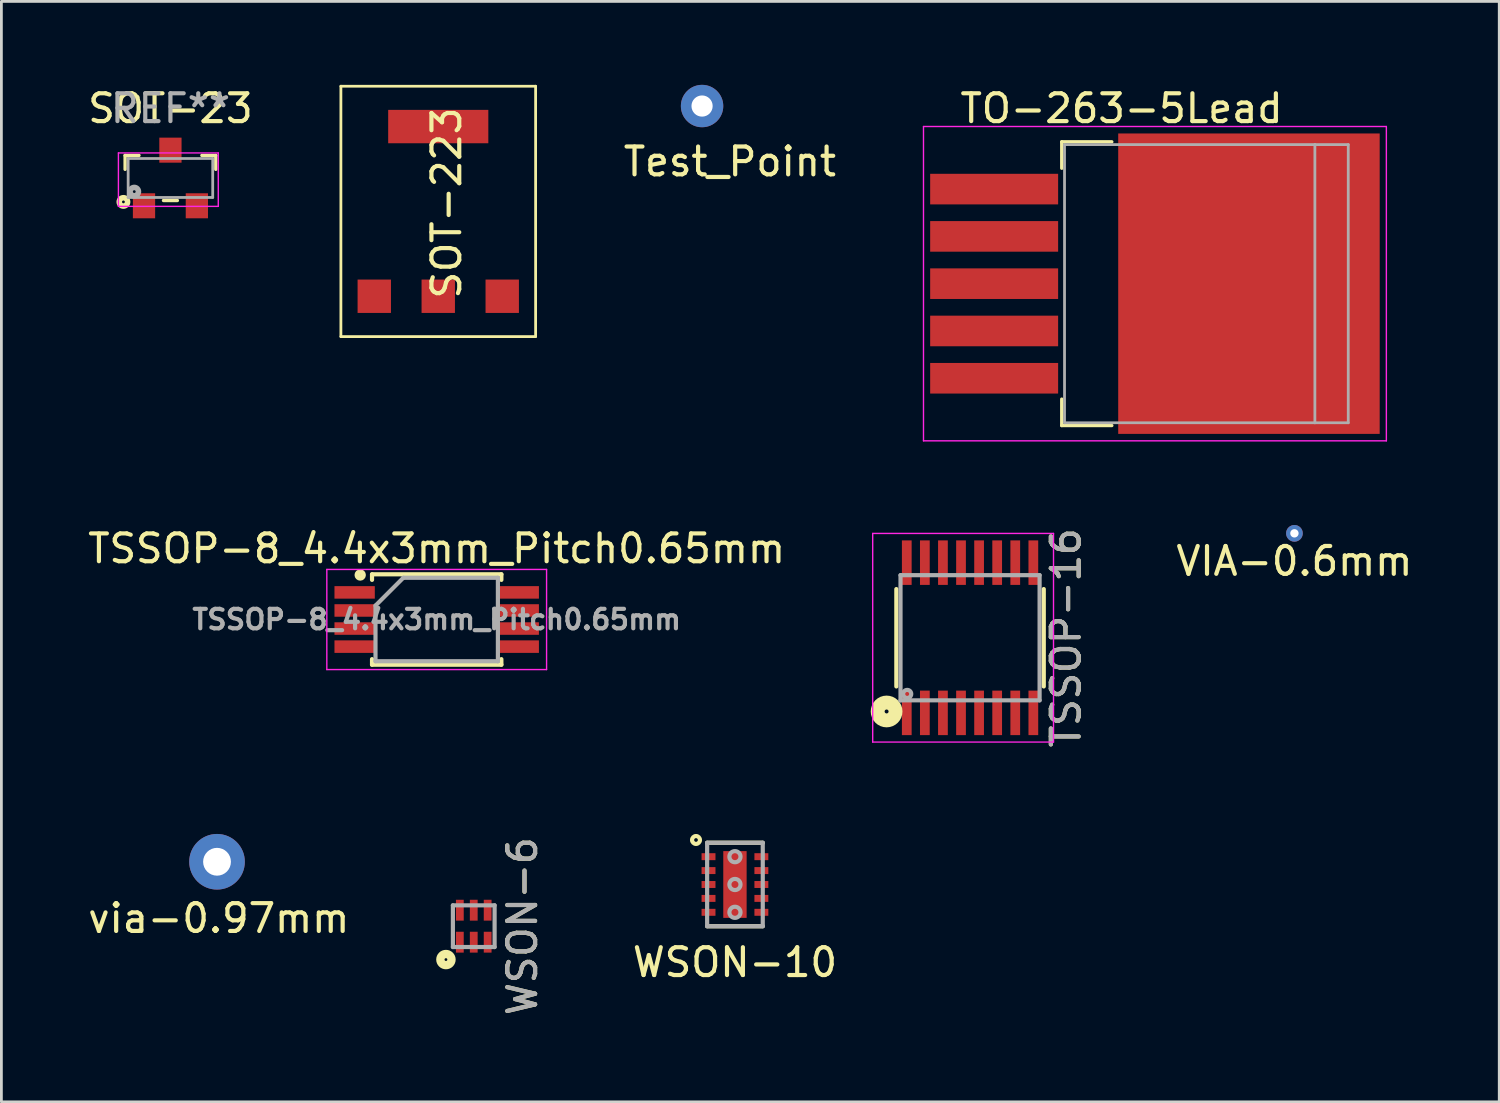
<source format=kicad_pcb>
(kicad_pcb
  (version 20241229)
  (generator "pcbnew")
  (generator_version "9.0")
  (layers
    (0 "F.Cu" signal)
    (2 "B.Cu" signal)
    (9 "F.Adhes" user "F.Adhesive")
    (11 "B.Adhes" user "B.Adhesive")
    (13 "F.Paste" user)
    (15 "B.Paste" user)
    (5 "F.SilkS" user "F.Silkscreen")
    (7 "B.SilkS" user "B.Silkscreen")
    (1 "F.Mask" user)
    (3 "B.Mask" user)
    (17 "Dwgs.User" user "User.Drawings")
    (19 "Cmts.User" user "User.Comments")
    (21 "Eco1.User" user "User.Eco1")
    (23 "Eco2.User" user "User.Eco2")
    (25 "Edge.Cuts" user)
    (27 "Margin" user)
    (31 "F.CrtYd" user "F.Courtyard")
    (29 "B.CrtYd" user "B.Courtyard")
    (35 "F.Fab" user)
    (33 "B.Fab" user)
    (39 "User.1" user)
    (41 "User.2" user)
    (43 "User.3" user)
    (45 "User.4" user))
  (footprint "SOT-223"
    (layer "F.Cu")
    (at 12.705 4.55)
    (property "Reference" "SOT-223" (at 0.3 -0.3 90) (layer "F.SilkS") (effects (font (size 1 1) (thickness 0.15))))
    (attr through_hole)
    (fp_line (start -3.5 -4.5) (end 3.5 -4.5) (stroke (width 0.1) (type solid)) (layer "F.SilkS"))
    (fp_line (start -3.5 4.5) (end -3.5 -4.5) (stroke (width 0.1) (type solid)) (layer "F.SilkS"))
    (fp_line (start 3.5 -4.5) (end 3.5 4.5) (stroke (width 0.1) (type solid)) (layer "F.SilkS"))
    (fp_line (start 3.5 4.5) (end -3.5 4.5) (stroke (width 0.1) (type solid)) (layer "F.SilkS"))
    (pad "1" smd rect (at -2.3 3.05) (size 1.2 1.2) (layers "F.Cu" "F.Mask" "F.Paste"))
    (pad "2" smd rect (at 0 3.05) (size 1.2 1.2) (layers "F.Cu" "F.Mask" "F.Paste"))
    (pad "3" smd rect (at 2.3 3.05) (size 1.2 1.2) (layers "F.Cu" "F.Mask" "F.Paste"))
    (pad "4" smd rect (at 0 -3.05) (size 3.6 1.2) (layers "F.Cu" "F.Mask" "F.Paste")))
  (footprint "WSON-6"
    (layer "F.Cu")
    (at 13.981 30.246)
    (property "Reference" "WSON-6" (at 1.75 0 90) (layer "F.SilkS") (effects (font (size 1 1) (thickness 0.15))))
    (attr through_hole)
    (fp_circle (center -1 1.2) (end -1 1.4) (stroke (width 0.3) (type solid)) (fill no) (layer "F.SilkS"))
    (fp_line (start -0.75 -0.75) (end -0.75 0.75) (stroke (width 0.15) (type solid)) (layer "F.Fab"))
    (fp_line (start -0.75 -0.75) (end 0.75 -0.75) (stroke (width 0.15) (type solid)) (layer "F.Fab"))
    (fp_line (start -0.75 0.75) (end 0.75 0.75) (stroke (width 0.15) (type solid)) (layer "F.Fab"))
    (fp_line (start 0.75 -0.75) (end 0.75 0.75) (stroke (width 0.15) (type solid)) (layer "F.Fab"))
    (fp_text user "${REFERENCE}" (at 1.75 0 90) (layer "F.Fab") (effects (font (size 1 1) (thickness 0.15))))
    (pad "1" smd rect (at -0.5 0.575) (size 0.28 0.75) (layers "F.Cu" "F.Mask" "F.Paste"))
    (pad "2" smd rect (at 0 0.575) (size 0.28 0.75) (layers "F.Cu" "F.Mask" "F.Paste"))
    (pad "3" smd rect (at 0.5 0.575) (size 0.28 0.75) (layers "F.Cu" "F.Mask" "F.Paste"))
    (pad "4" smd rect (at 0.5 -0.575) (size 0.28 0.75) (layers "F.Cu" "F.Mask" "F.Paste"))
    (pad "5" smd rect (at 0 -0.575) (size 0.28 0.75) (layers "F.Cu" "F.Mask" "F.Paste"))
    (pad "6" smd rect (at -0.5 -0.575) (size 0.28 0.75) (layers "F.Cu" "F.Mask" "F.Paste")))
  (footprint "Test_Point"
    (layer "F.Cu")
    (at 22.189 0.762)
    (property "Reference" "Test_Point" (at 1 2 0) (layer "F.SilkS") (effects (font (size 1 1) (thickness 0.15))))
    (attr through_hole)
    (pad "1" thru_hole circle (at 0 0) (size 1.524 1.524) (drill 0.762) (layers "*.Cu" "*.Mask")))
  (footprint "VIA-0.6mm"
    (layer "F.Cu")
    (at 43.484 16.123)
    (property "Reference" "VIA-0.6mm" (at 0 1 0) (layer "F.SilkS") (effects (font (size 1 1) (thickness 0.15))))
    (attr through_hole)
    (pad "1" thru_hole circle (at 0 0) (size 0.6 0.6) (drill 0.3) (layers "*.Cu")))
  (footprint "TSSOP-8_4.4x3mm_Pitch0.65mm"
    (layer "F.Cu")
    (at 12.649 19.221)
    (property "Reference" "TSSOP-8_4.4x3mm_Pitch0.65mm" (at 0 -2.55 0) (layer "F.SilkS") (effects (font (size 1 1) (thickness 0.15))))
    (attr smd)
    (fp_line (start -2.325 -1.625) (end -2.325 -1.425) (stroke (width 0.15) (type solid)) (layer "F.SilkS"))
    (fp_line (start -2.325 -1.625) (end 2.325 -1.625) (stroke (width 0.15) (type solid)) (layer "F.SilkS"))
    (fp_line (start -2.325 1.625) (end -2.325 1.425) (stroke (width 0.15) (type solid)) (layer "F.SilkS"))
    (fp_line (start -2.325 1.625) (end 2.325 1.625) (stroke (width 0.15) (type solid)) (layer "F.SilkS"))
    (fp_line (start 2.325 -1.625) (end 2.325 -1.425) (stroke (width 0.15) (type solid)) (layer "F.SilkS"))
    (fp_line (start 2.325 1.625) (end 2.325 1.425) (stroke (width 0.15) (type solid)) (layer "F.SilkS"))
    (fp_circle (center -2.75 -1.6) (end -2.65 -1.63) (stroke (width 0.2) (type solid)) (fill no) (layer "F.SilkS"))
    (fp_line (start -3.95 -1.8) (end -3.95 1.8) (stroke (width 0.05) (type solid)) (layer "F.CrtYd"))
    (fp_line (start -3.95 -1.8) (end 3.95 -1.8) (stroke (width 0.05) (type solid)) (layer "F.CrtYd"))
    (fp_line (start -3.95 1.8) (end 3.95 1.8) (stroke (width 0.05) (type solid)) (layer "F.CrtYd"))
    (fp_line (start 3.95 -1.8) (end 3.95 1.8) (stroke (width 0.05) (type solid)) (layer "F.CrtYd"))
    (fp_line (start -2.2 -0.5) (end -1.2 -1.5) (stroke (width 0.15) (type solid)) (layer "F.Fab"))
    (fp_line (start -2.2 1.5) (end -2.2 -0.5) (stroke (width 0.15) (type solid)) (layer "F.Fab"))
    (fp_line (start -1.2 -1.5) (end 2.2 -1.5) (stroke (width 0.15) (type solid)) (layer "F.Fab"))
    (fp_line (start 2.2 -1.5) (end 2.2 1.5) (stroke (width 0.15) (type solid)) (layer "F.Fab"))
    (fp_line (start 2.2 1.5) (end -2.2 1.5) (stroke (width 0.15) (type solid)) (layer "F.Fab"))
    (fp_text user "${REFERENCE}" (at 0 0 0) (layer "F.Fab") (effects (font (size 0.7 0.7) (thickness 0.15))))
    (pad "1" smd rect (at -2.95 -0.975) (size 1.45 0.45) (layers "F.Cu" "F.Mask" "F.Paste"))
    (pad "2" smd rect (at -2.95 -0.325) (size 1.45 0.45) (layers "F.Cu" "F.Mask" "F.Paste"))
    (pad "3" smd rect (at -2.95 0.325) (size 1.45 0.45) (layers "F.Cu" "F.Mask" "F.Paste"))
    (pad "4" smd rect (at -2.95 0.975) (size 1.45 0.45) (layers "F.Cu" "F.Mask" "F.Paste"))
    (pad "5" smd rect (at 2.95 0.975) (size 1.45 0.45) (layers "F.Cu" "F.Mask" "F.Paste"))
    (pad "6" smd rect (at 2.95 0.325) (size 1.45 0.45) (layers "F.Cu" "F.Mask" "F.Paste"))
    (pad "7" smd rect (at 2.95 -0.325) (size 1.45 0.45) (layers "F.Cu" "F.Mask" "F.Paste"))
    (pad "8" smd rect (at 2.95 -0.975) (size 1.45 0.45) (layers "F.Cu" "F.Mask" "F.Paste")))
  (footprint "SOT-23"
    (layer "F.Cu")
    (at 3.077 3.348)
    (property "Reference" "SOT-23" (at 0 -2.5 0) (layer "F.SilkS") (effects (font (size 1 1) (thickness 0.15))))
    (attr through_hole)
    (fp_line (start -1.63 -0.81) (end -1.63 -0.31) (stroke (width 0.12) (type solid)) (layer "F.SilkS"))
    (fp_line (start -1.13 -0.81) (end -1.63 -0.81) (stroke (width 0.12) (type solid)) (layer "F.SilkS"))
    (fp_line (start -0.25 0.81) (end 0.25 0.81) (stroke (width 0.12) (type solid)) (layer "F.SilkS"))
    (fp_line (start 1.63 -0.81) (end 1.13 -0.81) (stroke (width 0.12) (type solid)) (layer "F.SilkS"))
    (fp_line (start 1.63 -0.31) (end 1.63 -0.81) (stroke (width 0.12) (type solid)) (layer "F.SilkS"))
    (fp_circle (center -1.69 0.86) (end -1.64 0.86) (stroke (width 0.2) (type solid)) (fill no) (layer "F.SilkS"))
    (fp_line (start -1.87 -0.9) (end 1.72 -0.9) (stroke (width 0.05) (type solid)) (layer "F.CrtYd"))
    (fp_line (start -1.87 1.02) (end -1.87 -0.9) (stroke (width 0.05) (type solid)) (layer "F.CrtYd"))
    (fp_line (start 1.72 -0.9) (end 1.72 1.02) (stroke (width 0.05) (type solid)) (layer "F.CrtYd"))
    (fp_line (start 1.72 1.02) (end -1.87 1.02) (stroke (width 0.05) (type solid)) (layer "F.CrtYd"))
    (fp_line (start -1.52 -0.7) (end 1.52 -0.7) (stroke (width 0.1) (type solid)) (layer "F.Fab"))
    (fp_line (start -1.52 0.7) (end -1.52 -0.7) (stroke (width 0.1) (type solid)) (layer "F.Fab"))
    (fp_line (start 1.52 -0.7) (end 1.52 0.7) (stroke (width 0.1) (type solid)) (layer "F.Fab"))
    (fp_line (start 1.52 0.7) (end -1.52 0.7) (stroke (width 0.1) (type solid)) (layer "F.Fab"))
    (fp_circle (center -1.3 0.49) (end -1.25 0.49) (stroke (width 0.2) (type solid)) (fill no) (layer "F.Fab"))
    (fp_text user "REF**" (at 0 -2.5 0) (layer "F.Fab") (effects (font (size 1 1) (thickness 0.15))))
    (pad "1" smd rect (at -0.95 1) (size 0.8 0.9) (layers "F.Cu" "F.Mask" "F.Paste"))
    (pad "2" smd rect (at 0.95 1) (size 0.8 0.9) (layers "F.Cu" "F.Mask" "F.Paste"))
    (pad "3" smd rect (at 0 -1) (size 0.8 0.9) (layers "F.Cu" "F.Mask" "F.Paste")))
  (footprint "TSSOP-16"
    (layer "F.Cu")
    (at 31.823 19.877)
    (property "Reference" "TSSOP-16" (at 3.45 0 90) (layer "F.SilkS") (effects (font (size 1 1) (thickness 0.15))))
    (attr through_hole)
    (fp_line (start -2.65 -1.75) (end -2.65 1.75) (stroke (width 0.15) (type solid)) (layer "F.SilkS"))
    (fp_line (start 2.65 -1.75) (end 2.65 1.75) (stroke (width 0.15) (type solid)) (layer "F.SilkS"))
    (fp_circle (center -3 2.65) (end -2.95 2.7) (stroke (width 0.5) (type solid)) (fill no) (layer "F.SilkS"))
    (fp_line (start -3.5 -3.75) (end 3 -3.75) (stroke (width 0.05) (type solid)) (layer "F.CrtYd"))
    (fp_line (start -3.5 3.75) (end -3.5 -3.75) (stroke (width 0.05) (type solid)) (layer "F.CrtYd"))
    (fp_line (start 3 -3.75) (end 3 3.75) (stroke (width 0.05) (type solid)) (layer "F.CrtYd"))
    (fp_line (start 3 3.75) (end -3.5 3.75) (stroke (width 0.05) (type solid)) (layer "F.CrtYd"))
    (fp_line (start -2.5 -2.25) (end -2.5 2.25) (stroke (width 0.15) (type solid)) (layer "F.Fab"))
    (fp_line (start -2.5 2.25) (end 2.5 2.25) (stroke (width 0.15) (type solid)) (layer "F.Fab"))
    (fp_line (start 2.5 -2.25) (end -2.5 -2.25) (stroke (width 0.15) (type solid)) (layer "F.Fab"))
    (fp_line (start 2.5 2.25) (end 2.5 -2.25) (stroke (width 0.15) (type solid)) (layer "F.Fab"))
    (fp_circle (center -2.26 2.02) (end -2.21 2.07) (stroke (width 0.15) (type solid)) (fill no) (layer "F.Fab"))
    (fp_text user "${REFERENCE}" (at 3.45 0 90) (layer "F.Fab") (effects (font (size 1 1) (thickness 0.15))))
    (pad "1" smd rect (at -2.275 2.7) (size 0.35 1.6) (layers "F.Cu" "F.Mask" "F.Paste"))
    (pad "2" smd rect (at -1.625 2.7) (size 0.35 1.6) (layers "F.Cu" "F.Mask" "F.Paste"))
    (pad "3" smd rect (at -0.975 2.7) (size 0.35 1.6) (layers "F.Cu" "F.Mask" "F.Paste"))
    (pad "4" smd rect (at -0.325 2.7) (size 0.35 1.6) (layers "F.Cu" "F.Mask" "F.Paste"))
    (pad "5" smd rect (at 0.325 2.7) (size 0.35 1.6) (layers "F.Cu" "F.Mask" "F.Paste"))
    (pad "6" smd rect (at 0.975 2.7) (size 0.35 1.6) (layers "F.Cu" "F.Mask" "F.Paste"))
    (pad "7" smd rect (at 1.625 2.7) (size 0.35 1.6) (layers "F.Cu" "F.Mask" "F.Paste"))
    (pad "8" smd rect (at 2.275 2.7) (size 0.35 1.6) (layers "F.Cu" "F.Mask" "F.Paste"))
    (pad "9" smd rect (at 2.275 -2.7) (size 0.35 1.6) (layers "F.Cu" "F.Mask" "F.Paste"))
    (pad "10" smd rect (at 1.625 -2.7) (size 0.35 1.6) (layers "F.Cu" "F.Mask" "F.Paste"))
    (pad "11" smd rect (at 0.975 -2.7) (size 0.35 1.6) (layers "F.Cu" "F.Mask" "F.Paste"))
    (pad "12" smd rect (at 0.325 -2.7) (size 0.35 1.6) (layers "F.Cu" "F.Mask" "F.Paste"))
    (pad "13" smd rect (at -0.325 -2.7) (size 0.35 1.6) (layers "F.Cu" "F.Mask" "F.Paste"))
    (pad "14" smd rect (at -0.975 -2.7) (size 0.35 1.6) (layers "F.Cu" "F.Mask" "F.Paste"))
    (pad "15" smd rect (at -1.625 -2.7) (size 0.35 1.6) (layers "F.Cu" "F.Mask" "F.Paste"))
    (pad "16" smd rect (at -2.275 -2.7) (size 0.35 1.6) (layers "F.Cu" "F.Mask" "F.Paste")))
  (footprint "TO-263-5Lead"
    (layer "F.Cu")
    (at 37.269 7.148)
    (property "Reference" "TO-263-5Lead" (at 0 -6.3 180) (layer "F.SilkS") (effects (font (size 1 1) (thickness 0.15))))
    (attr smd)
    (fp_line (start -2.15 -5.1) (end -2.15 -4.15) (stroke (width 0.12) (type solid)) (layer "F.SilkS"))
    (fp_line (start -2.15 5.1) (end -2.15 4.15) (stroke (width 0.12) (type solid)) (layer "F.SilkS"))
    (fp_line (start -2.15 5.1) (end -0.35 5.1) (stroke (width 0.12) (type solid)) (layer "F.SilkS"))
    (fp_line (start -0.35 -5.1) (end -2.15 -5.1) (stroke (width 0.12) (type solid)) (layer "F.SilkS"))
    (fp_line (start -7.12 -5.65) (end -7.12 5.65) (stroke (width 0.05) (type solid)) (layer "F.CrtYd"))
    (fp_line (start 9.52 -5.65) (end -7.12 -5.65) (stroke (width 0.05) (type solid)) (layer "F.CrtYd"))
    (fp_line (start 9.52 -5.65) (end 9.52 5.65) (stroke (width 0.05) (type solid)) (layer "F.CrtYd"))
    (fp_line (start 9.52 5.65) (end -7.12 5.65) (stroke (width 0.05) (type solid)) (layer "F.CrtYd"))
    (fp_line (start -2.05 -5) (end -2.05 5) (stroke (width 0.1) (type solid)) (layer "F.Fab"))
    (fp_line (start -2.05 5) (end 6.95 5) (stroke (width 0.1) (type solid)) (layer "F.Fab"))
    (fp_line (start 6.95 -5) (end -2.05 -5) (stroke (width 0.1) (type solid)) (layer "F.Fab"))
    (fp_line (start 6.95 5) (end 6.95 -5) (stroke (width 0.1) (type solid)) (layer "F.Fab"))
    (fp_line (start 6.95 5) (end 8.15 5) (stroke (width 0.1) (type solid)) (layer "F.Fab"))
    (fp_line (start 8.15 -5) (end 6.95 -5) (stroke (width 0.1) (type solid)) (layer "F.Fab"))
    (fp_line (start 8.15 5) (end 8.15 -5) (stroke (width 0.1) (type solid)) (layer "F.Fab"))
    (pad "1" smd rect (at -4.58 -3.4) (size 4.6 1.1) (layers "F.Cu" "F.Mask" "F.Paste"))
    (pad "2" smd rect (at -4.58 -1.7) (size 4.6 1.1) (layers "F.Cu" "F.Mask" "F.Paste"))
    (pad "3" smd rect (at -4.58 0) (size 4.6 1.1) (layers "F.Cu" "F.Mask" "F.Paste"))
    (pad "3" smd rect (at 4.58 0) (size 9.4 10.8) (layers "F.Cu" "F.Mask" "F.Paste"))
    (pad "4" smd rect (at -4.58 1.7) (size 4.6 1.1) (layers "F.Cu" "F.Mask" "F.Paste"))
    (pad "5" smd rect (at -4.58 3.4) (size 4.6 1.1) (layers "F.Cu" "F.Mask" "F.Paste")))
  (footprint "WSON-10"
    (layer "F.Cu")
    (at 23.371 28.747)
    (property "Reference" "WSON-10" (at 0 2.8 0) (layer "F.SilkS") (effects (font (size 1 1) (thickness 0.15))))
    (attr through_hole)
    (fp_line (start -1 -1.5) (end 1 -1.5) (stroke (width 0.15) (type solid)) (layer "F.SilkS"))
    (fp_line (start -1 1.5) (end 1 1.5) (stroke (width 0.15) (type solid)) (layer "F.SilkS"))
    (fp_circle (center -1.4 -1.6) (end -1.3 -1.5) (stroke (width 0.15) (type solid)) (fill no) (layer "F.SilkS"))
    (fp_line (start -1 -1.5) (end -1 1.5) (stroke (width 0.15) (type solid)) (layer "F.Fab"))
    (fp_line (start -1 -1.5) (end 1 -1.5) (stroke (width 0.15) (type solid)) (layer "F.Fab"))
    (fp_line (start -1 1.5) (end 1 1.5) (stroke (width 0.15) (type solid)) (layer "F.Fab"))
    (fp_line (start 1 1.5) (end 1 -1.5) (stroke (width 0.15) (type solid)) (layer "F.Fab"))
    (fp_circle (center 0 -1) (end 0 -0.8) (stroke (width 0.15) (type solid)) (fill no) (layer "F.Fab"))
    (fp_circle (center 0 0) (end 0 0.2) (stroke (width 0.15) (type solid)) (fill no) (layer "F.Fab"))
    (fp_circle (center 0 1) (end 0 1.2) (stroke (width 0.15) (type solid)) (fill no) (layer "F.Fab"))
    (pad "1" smd rect (at -0.95 -1) (size 0.5 0.25) (layers "F.Cu" "F.Mask" "F.Paste"))
    (pad "2" smd rect (at -0.95 -0.5) (size 0.5 0.25) (layers "F.Cu" "F.Mask" "F.Paste"))
    (pad "3" smd rect (at -0.95 0) (size 0.5 0.25) (layers "F.Cu" "F.Mask" "F.Paste"))
    (pad "4" smd rect (at -0.95 0.5) (size 0.5 0.25) (layers "F.Cu" "F.Mask" "F.Paste"))
    (pad "5" smd rect (at -0.95 1) (size 0.5 0.25) (layers "F.Cu" "F.Mask" "F.Paste"))
    (pad "6" smd rect (at 0.95 1) (size 0.5 0.25) (layers "F.Cu" "F.Mask" "F.Paste"))
    (pad "7" smd rect (at 0.95 0.5) (size 0.5 0.25) (layers "F.Cu" "F.Mask" "F.Paste"))
    (pad "8" smd rect (at 0.95 0) (size 0.5 0.25) (layers "F.Cu" "F.Mask" "F.Paste"))
    (pad "9" smd rect (at 0.95 -0.5) (size 0.5 0.25) (layers "F.Cu" "F.Mask" "F.Paste"))
    (pad "10" smd rect (at 0.95 -1) (size 0.5 0.25) (layers "F.Cu" "F.Mask" "F.Paste"))
    (pad "EP" smd rect (at 0 0) (size 0.84 2.4) (layers "F.Cu" "F.Mask" "F.Paste")))
  (footprint "via-0.97mm"
    (layer "F.Cu")
    (at 4.752 27.93)
    (property "Reference" "via-0.97mm" (at 0.064 2.032 0) (layer "F.SilkS") (effects (font (size 1 1) (thickness 0.15))))
    (attr through_hole)
    (pad "1" thru_hole circle (at 0 0) (size 2 2) (drill 1) (layers "*.Cu" "*.Mask")))
  (gr_rect
    (start -3 -3)
    (end 50.847 36.561)
    (stroke (width 0.1) (type default))
    (fill no)
    (layer "Edge.Cuts")))
</source>
